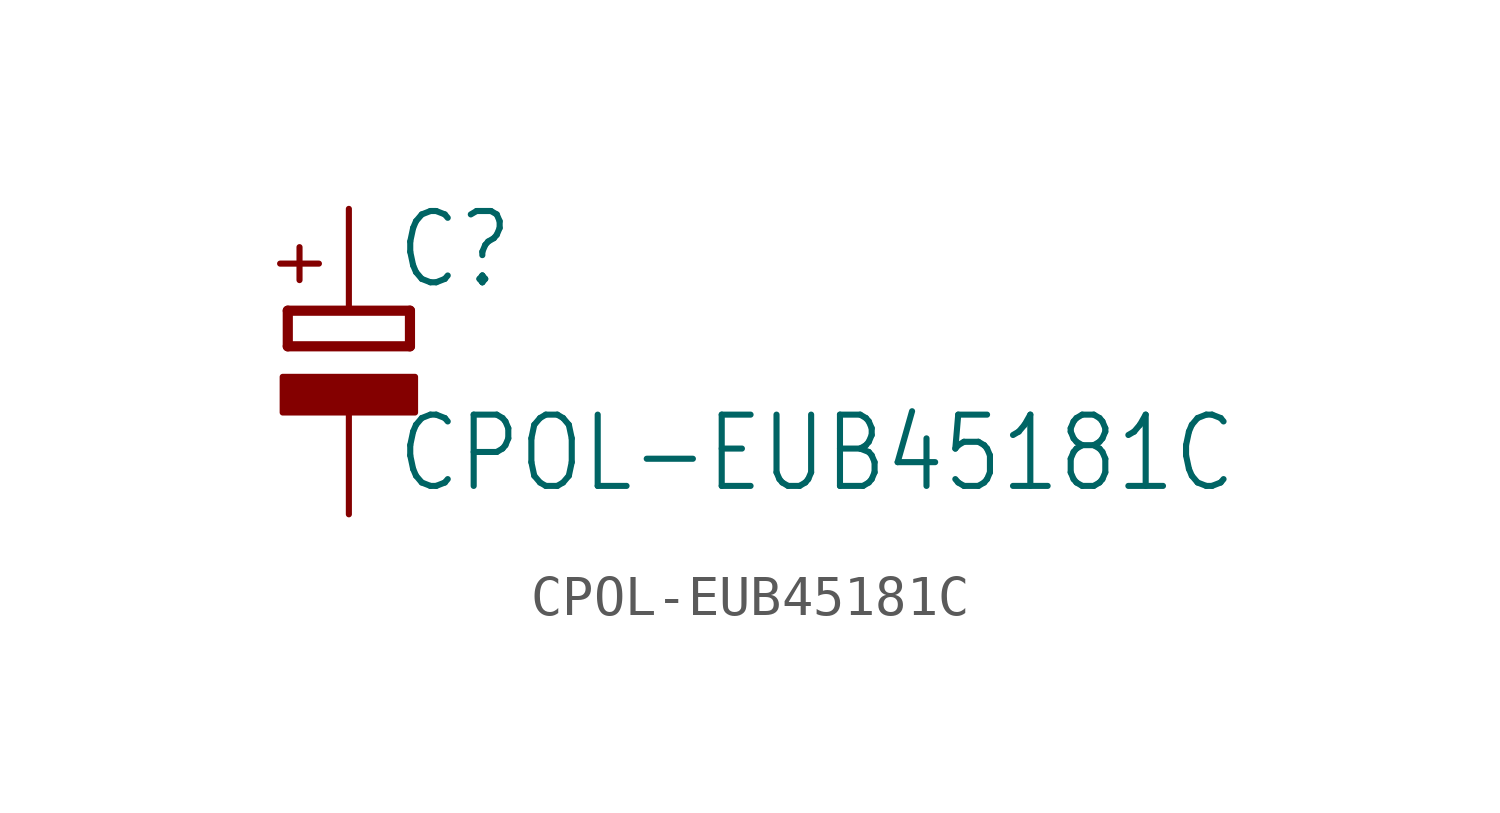
<source format=kicad_sym>
(kicad_symbol_lib
  (version 20220331)
  (generator kicad_symbol_editor)
  (symbol "CPOL-EUB45181C"
    (property "Reference" "C"
      (at 1.143 0.483 0)
      (effects (font (size 1.778 1.511)) (justify left bottom)))
    (property "Value" "CPOL-EUB45181C"
      (at 1.143 -4.597 0)
      (effects (font (size 1.778 1.511)) (justify left bottom)))
    (property "ki_locked" ""
      (at 0 0 0)
      (effects (font (size 1.27 1.27))))
    (symbol "CPOL-EUB45181C_1_0"
      (rectangle (start -1.651 -2.54) (end 1.651 -1.651) (stroke (width 0) (type default)) (fill (type outline)))
      (polyline (pts (xy -1.524 -0.889) (xy 1.524 -0.889)) (stroke (width 0.254) (type solid)) (fill (type none)))
      (polyline (pts (xy -1.524 0) (xy -1.524 -0.889)) (stroke (width 0.254) (type solid)) (fill (type none)))
      (polyline (pts (xy -1.524 0) (xy 1.524 0)) (stroke (width 0.254) (type solid)) (fill (type none)))
      (polyline (pts (xy 1.524 -0.889) (xy 1.524 0)) (stroke (width 0.254) (type solid)) (fill (type none)))
      (text "+" (at -0.584 0.406 900) (effects (font (size 1.27 1.079)) (justify left bottom)))
      (pin passive line (at 0 2.54 270) (length 2.54) (name "+" (effects (font (size 0 0)))) (number "+" (effects (font (size 0 0)))))
      (pin passive line (at 0 -5.08 90) (length 2.54) (name "-" (effects (font (size 0 0)))) (number "-" (effects (font (size 0 0))))))))
</source>
